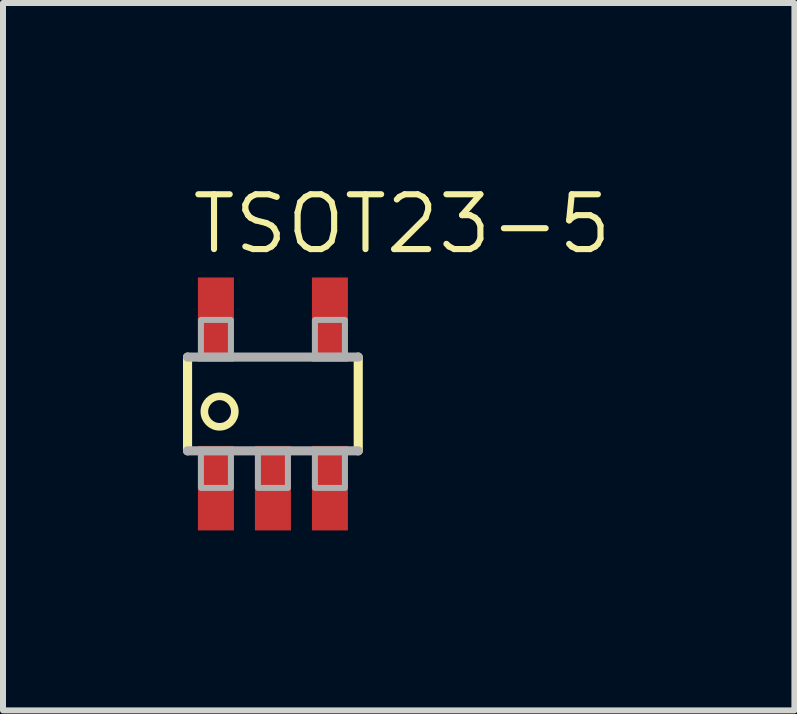
<source format=kicad_pcb>
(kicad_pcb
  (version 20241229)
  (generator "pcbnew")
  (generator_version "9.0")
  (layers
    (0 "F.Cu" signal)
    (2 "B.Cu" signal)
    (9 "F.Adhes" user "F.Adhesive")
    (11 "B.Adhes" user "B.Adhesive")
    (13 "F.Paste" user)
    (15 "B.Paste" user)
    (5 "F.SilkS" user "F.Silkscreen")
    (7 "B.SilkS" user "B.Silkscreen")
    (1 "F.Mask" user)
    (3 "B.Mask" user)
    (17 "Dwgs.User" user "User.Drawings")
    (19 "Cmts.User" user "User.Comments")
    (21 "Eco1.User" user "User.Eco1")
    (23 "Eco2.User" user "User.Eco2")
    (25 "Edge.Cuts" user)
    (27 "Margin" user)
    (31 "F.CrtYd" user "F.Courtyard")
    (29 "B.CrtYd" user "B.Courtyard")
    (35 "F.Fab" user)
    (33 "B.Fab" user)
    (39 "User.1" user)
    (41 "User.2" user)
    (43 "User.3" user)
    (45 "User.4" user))
  (footprint "TSOT23-5"
    (layer "F.Cu")
    (at 1.499 3.683)
    (property "Reference" "TSOT23-5" (at -1.397 -2.464 0) (layer "F.SilkS") (effects (font (size 0.914 0.914) (thickness 0.102)) (justify left bottom)))
    (fp_line (start -1.423 0.781) (end -1.423 -0.781) (stroke (width 0.152) (type solid)) (layer "F.SilkS"))
    (fp_line (start 1.422 -0.781) (end 1.422 0.781) (stroke (width 0.152) (type solid)) (layer "F.SilkS"))
    (fp_circle (center -0.889 0.127) (end -0.635 0.127) (stroke (width 0.127) (type solid)) (fill no) (layer "F.SilkS"))
    (fp_line (start -1.423 -0.781) (end 1.422 -0.781) (stroke (width 0.152) (type solid)) (layer "F.Fab"))
    (fp_line (start 1.422 0.781) (end -1.423 0.781) (stroke (width 0.152) (type solid)) (layer "F.Fab"))
    (fp_poly (pts (xy -1.2 -0.8) (xy -0.7 -0.8) (xy -0.7 -1.4) (xy -1.2 -1.4)) (stroke (width 0.1) (type solid)) (fill no) (layer "F.Fab"))
    (fp_poly (pts (xy -1.2 1.4) (xy -0.7 1.4) (xy -0.7 0.8) (xy -1.2 0.8)) (stroke (width 0.1) (type solid)) (fill no) (layer "F.Fab"))
    (fp_poly (pts (xy -0.25 1.4) (xy 0.25 1.4) (xy 0.25 0.8) (xy -0.25 0.8)) (stroke (width 0.1) (type solid)) (fill no) (layer "F.Fab"))
    (fp_poly (pts (xy 0.7 -0.8) (xy 1.2 -0.8) (xy 1.2 -1.4) (xy 0.7 -1.4)) (stroke (width 0.1) (type solid)) (fill no) (layer "F.Fab"))
    (fp_poly (pts (xy 0.7 1.4) (xy 1.2 1.4) (xy 1.2 0.8) (xy 0.7 0.8)) (stroke (width 0.1) (type solid)) (fill no) (layer "F.Fab"))
    (pad "1" smd rect (at -0.95 1.404) (size 0.6 1.408) (layers "F.Cu" "F.Mask" "F.Paste"))
    (pad "2" smd rect (at 0 1.404) (size 0.6 1.408) (layers "F.Cu" "F.Mask" "F.Paste"))
    (pad "3" smd rect (at 0.95 1.404) (size 0.6 1.408) (layers "F.Cu" "F.Mask" "F.Paste"))
    (pad "4" smd rect (at 0.95 -1.404) (size 0.6 1.408) (layers "F.Cu" "F.Mask" "F.Paste"))
    (pad "5" smd rect (at -0.95 -1.404) (size 0.6 1.408) (layers "F.Cu" "F.Mask" "F.Paste")))
  (gr_rect
    (start -3 -3)
    (end 10.191 8.791)
    (stroke (width 0.1) (type default))
    (fill no)
    (layer "Edge.Cuts")))
</source>
